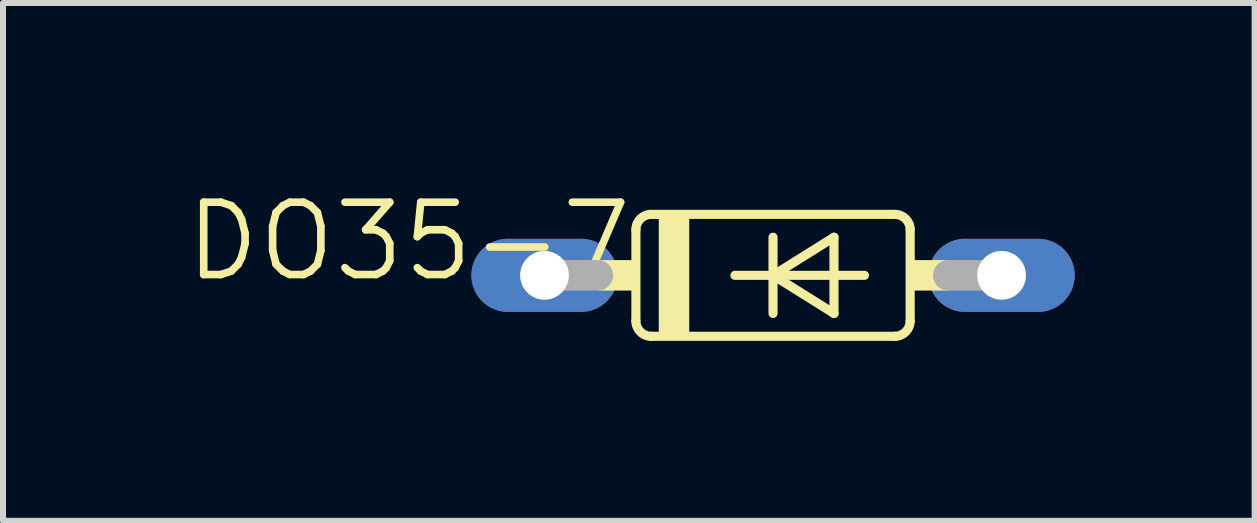
<source format=kicad_pcb>
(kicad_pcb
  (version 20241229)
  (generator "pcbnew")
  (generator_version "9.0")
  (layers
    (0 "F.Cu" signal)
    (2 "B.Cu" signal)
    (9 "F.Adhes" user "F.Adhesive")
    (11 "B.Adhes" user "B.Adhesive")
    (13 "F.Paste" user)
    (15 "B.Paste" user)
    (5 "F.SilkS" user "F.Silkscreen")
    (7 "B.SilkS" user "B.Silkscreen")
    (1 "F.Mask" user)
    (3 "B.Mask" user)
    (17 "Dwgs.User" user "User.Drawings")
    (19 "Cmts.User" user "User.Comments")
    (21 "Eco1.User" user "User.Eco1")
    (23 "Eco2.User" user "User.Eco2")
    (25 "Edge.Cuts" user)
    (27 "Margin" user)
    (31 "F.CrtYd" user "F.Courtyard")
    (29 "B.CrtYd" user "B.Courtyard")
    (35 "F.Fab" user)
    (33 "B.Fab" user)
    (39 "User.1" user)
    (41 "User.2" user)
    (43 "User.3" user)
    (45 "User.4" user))
  (footprint "DO35-7"
    (layer "F.Cu")
    (at 9.837 1.54)
    (property "Reference" "DO35-7" (at -2.286 -1.27 0) (layer "F.SilkS") (effects (font (size 1.206 1.206) (thickness 0.127)) (justify right top)))
    (attr through_hole)
    (fp_line (start -2.286 -0.762) (end -2.286 0.762) (stroke (width 0.152) (type solid)) (layer "F.SilkS"))
    (fp_line (start -2.032 -1.016) (end 2.032 -1.016) (stroke (width 0.152) (type solid)) (layer "F.SilkS"))
    (fp_line (start -2.032 1.016) (end 2.032 1.016) (stroke (width 0.152) (type solid)) (layer "F.SilkS"))
    (fp_line (start -0.635 0) (end 0 0) (stroke (width 0.152) (type solid)) (layer "F.SilkS"))
    (fp_line (start 0 -0.635) (end 0 0) (stroke (width 0.152) (type solid)) (layer "F.SilkS"))
    (fp_line (start 0 0) (end 0 0.635) (stroke (width 0.152) (type solid)) (layer "F.SilkS"))
    (fp_line (start 0 0) (end 1.016 -0.635) (stroke (width 0.152) (type solid)) (layer "F.SilkS"))
    (fp_line (start 0 0) (end 1.524 0) (stroke (width 0.152) (type solid)) (layer "F.SilkS"))
    (fp_line (start 1.016 -0.635) (end 1.016 0.635) (stroke (width 0.152) (type solid)) (layer "F.SilkS"))
    (fp_line (start 1.016 0.635) (end 0 0) (stroke (width 0.152) (type solid)) (layer "F.SilkS"))
    (fp_line (start 2.286 -0.762) (end 2.286 0.762) (stroke (width 0.152) (type solid)) (layer "F.SilkS"))
    (fp_arc (start -2.286 -0.762) (mid -2.211605 -0.941605) (end -2.032 -1.016) (stroke (width 0.1524) (type solid)) (layer "F.SilkS"))
    (fp_arc (start -2.032 1.016) (mid -2.211605 0.941605) (end -2.286 0.762) (stroke (width 0.1524) (type solid)) (layer "F.SilkS"))
    (fp_arc (start 2.032 -1.016) (mid 2.211605 -0.941605) (end 2.286 -0.762) (stroke (width 0.1524) (type solid)) (layer "F.SilkS"))
    (fp_arc (start 2.286 0.762) (mid 2.211605 0.941605) (end 2.032 1.016) (stroke (width 0.1524) (type solid)) (layer "F.SilkS"))
    (fp_poly (pts (xy -2.921 0.254) (xy -2.286 0.254) (xy -2.286 -0.254) (xy -2.921 -0.254)) (stroke (width 0) (type solid)) (fill yes) (layer "F.SilkS"))
    (fp_poly (pts (xy -1.905 1.016) (xy -1.397 1.016) (xy -1.397 -1.016) (xy -1.905 -1.016)) (stroke (width 0) (type solid)) (fill yes) (layer "F.SilkS"))
    (fp_poly (pts (xy 2.286 0.254) (xy 2.921 0.254) (xy 2.921 -0.254) (xy 2.286 -0.254)) (stroke (width 0) (type solid)) (fill yes) (layer "F.SilkS"))
    (fp_line (start -3.81 0) (end -2.921 0) (stroke (width 0.508) (type solid)) (layer "F.Fab"))
    (fp_line (start 3.81 0) (end 2.921 0) (stroke (width 0.508) (type solid)) (layer "F.Fab"))
    (pad "A" thru_hole oval (at 3.81 0) (size 2.438 1.219) (drill 0.813) (layers "*.Cu" "*.Mask"))
    (pad "C" thru_hole oval (at -3.81 0) (size 2.438 1.219) (drill 0.813) (layers "*.Cu" "*.Mask")))
  (gr_rect
    (start -3 -3)
    (end 17.866 5.632)
    (stroke (width 0.1) (type default))
    (fill no)
    (layer "Edge.Cuts")))
</source>
